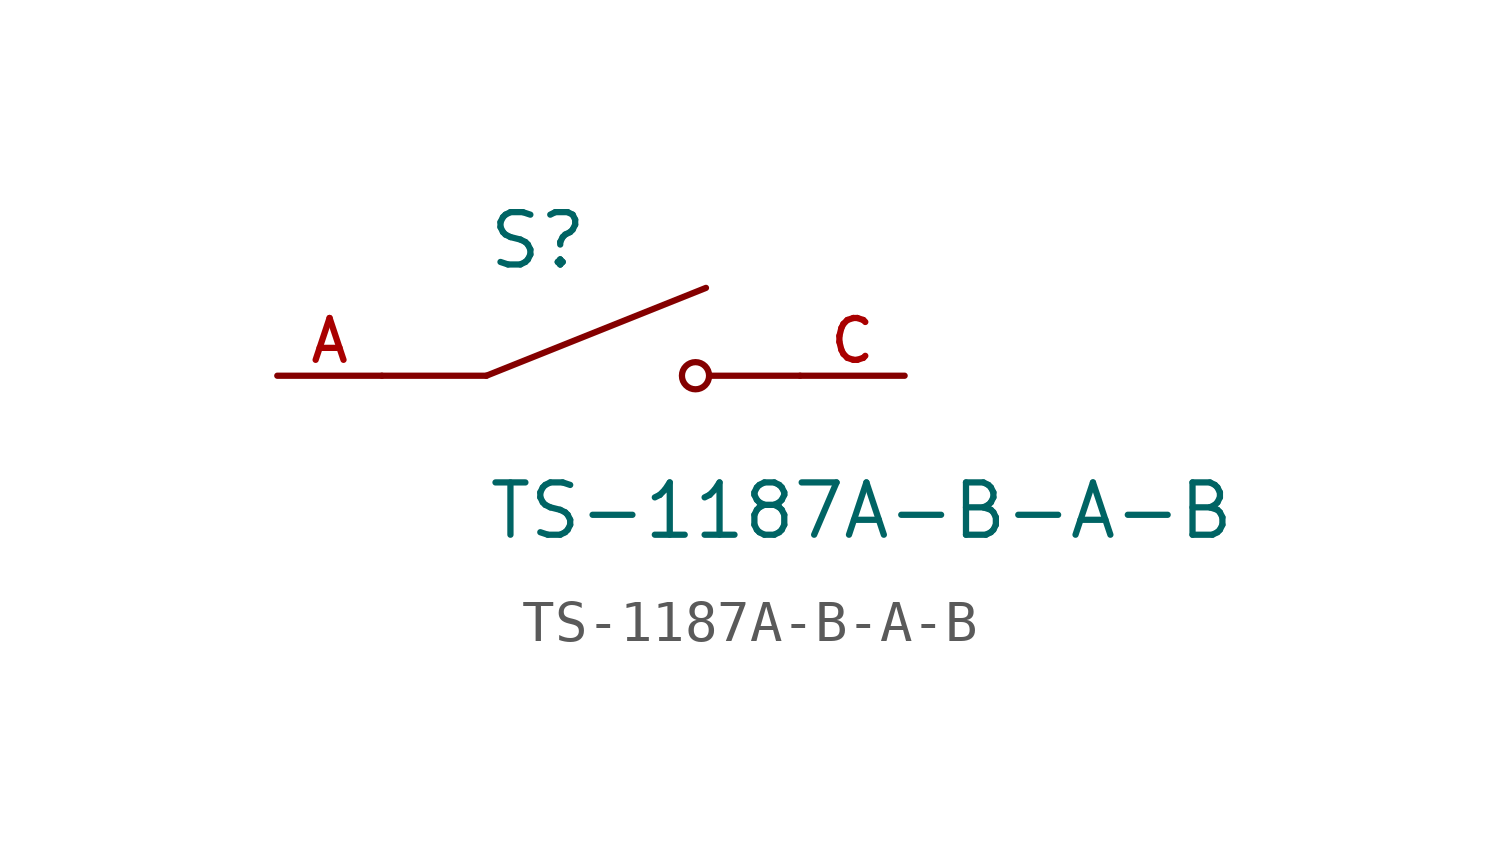
<source format=kicad_sym>
(kicad_symbol_lib
  (version 20211014)
  (generator kicad_symbol_editor)
  (symbol "TS-1187A-B-A-B"
    (pin_names
      (offset 1.016))
    (property "Reference" "S"
      (at -2.54 2.54 0)
      (effects (font (size 1.27 1.27)) (justify bottom left)))
    (property "Value" "TS-1187A-B-A-B"
      (at -2.54 -2.54 0)
      (effects (font (size 1.27 1.27)) (justify top left)))
    (symbol "TS-1187A-B-A-B_0_0"
      (polyline (pts (xy -2.54 0.0) (xy 2.794 2.134)) (stroke (width 0.152)))
      (circle (center 2.54 0.0) (radius 0.33) (stroke (width 0.152)) (fill (type none)))
      (polyline (pts (xy 5.08 0.0) (xy 2.921 0.0)) (stroke (width 0.152)))
      (polyline (pts (xy -2.54 0.0) (xy -5.08 0.0)) (stroke (width 0.152)))
      (pin passive line (at -7.62 0.0 0) (length 2.54) (name "~" (effects (font (size 1.016 1.016)))) (number "A" (effects (font (size 1.016 1.016)))))
      (pin passive line (at -7.62 0.0 0) (length 2.54) hide (name "~" (effects (font (size 1.016 1.016)))) (number "B" (effects (font (size 1.016 1.016)))))
      (pin passive line (at 7.62 0.0 180.0) (length 2.54) (name "~" (effects (font (size 1.016 1.016)))) (number "C" (effects (font (size 1.016 1.016)))))
      (pin passive line (at 7.62 0.0 180.0) (length 2.54) hide (name "~" (effects (font (size 1.016 1.016)))) (number "D" (effects (font (size 1.016 1.016))))))))
</source>
